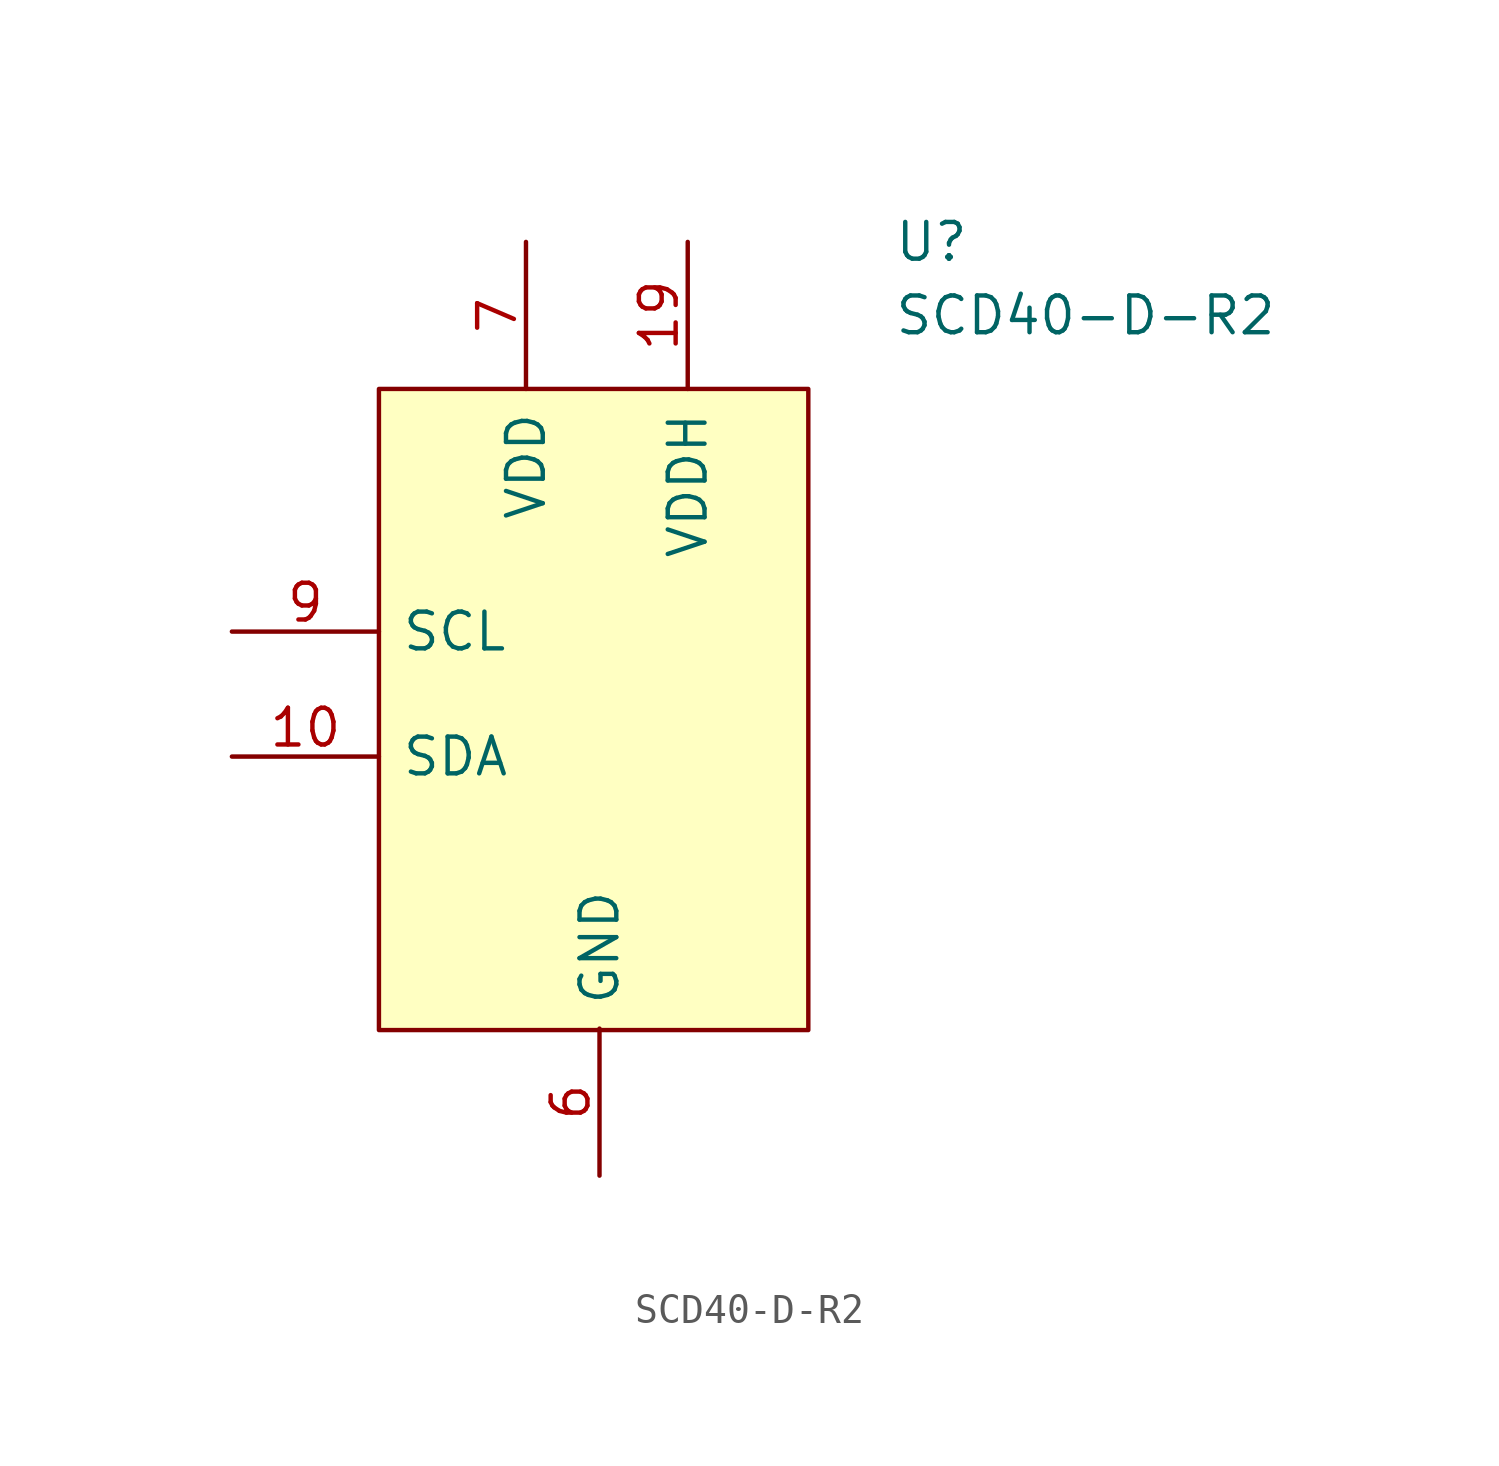
<source format=kicad_sym>
(kicad_symbol_lib
  (version 20211014)
  (generator kicad_symbol_editor)
  (symbol "SCD40-D-R2"
    (pin_names
      (offset 0.762))
    (property "Reference" "U"
      (at 29.21 17.78 0)
      (effects (font (size 1.27 1.27)) (justify left)))
    (property "Value" "SCD40-D-R2"
      (at 29.21 15.24 0)
      (effects (font (size 1.27 1.27)) (justify left)))
    (symbol "SCD40-D-R2_0_0"
      (pin passive line (at 6.35 0 0) (length 5.08) (name "SDA" (effects (font (size 1.27 1.27)))) (number "10" (effects (font (size 1.27 1.27)))))
      (pin passive line (at 22.098 17.78 270) (length 5.08) (name "VDDH" (effects (font (size 1.27 1.27)))) (number "19" (effects (font (size 1.27 1.27)))))
      (pin passive line (at 19.05 -14.478 90) (length 5.08) hide (name "GND_2" (effects (font (size 1.27 1.27)))) (number "20" (effects (font (size 1.27 1.27)))))
      (pin passive line (at 19.05 -14.478 90) (length 5.08) hide (name "GND_3" (effects (font (size 1.27 1.27)))) (number "21" (effects (font (size 1.27 1.27)))))
      (pin passive line (at 19.05 -14.478 90) (length 5.08) (name "GND" (effects (font (size 1.27 1.27)))) (number "6" (effects (font (size 1.27 1.27)))))
      (pin passive line (at 16.51 17.78 270) (length 5.08) (name "VDD" (effects (font (size 1.27 1.27)))) (number "7" (effects (font (size 1.27 1.27)))))
      (pin passive line (at 6.35 4.318 0) (length 5.08) (name "SCL" (effects (font (size 1.27 1.27)))) (number "9" (effects (font (size 1.27 1.27))))))
    (symbol "SCD40-D-R2_0_1"
      (rectangle (start 11.43 12.7) (end 26.264 -9.449) (stroke (width 0) (type default) (color 0 0 0 0)) (fill (type background))))))
</source>
